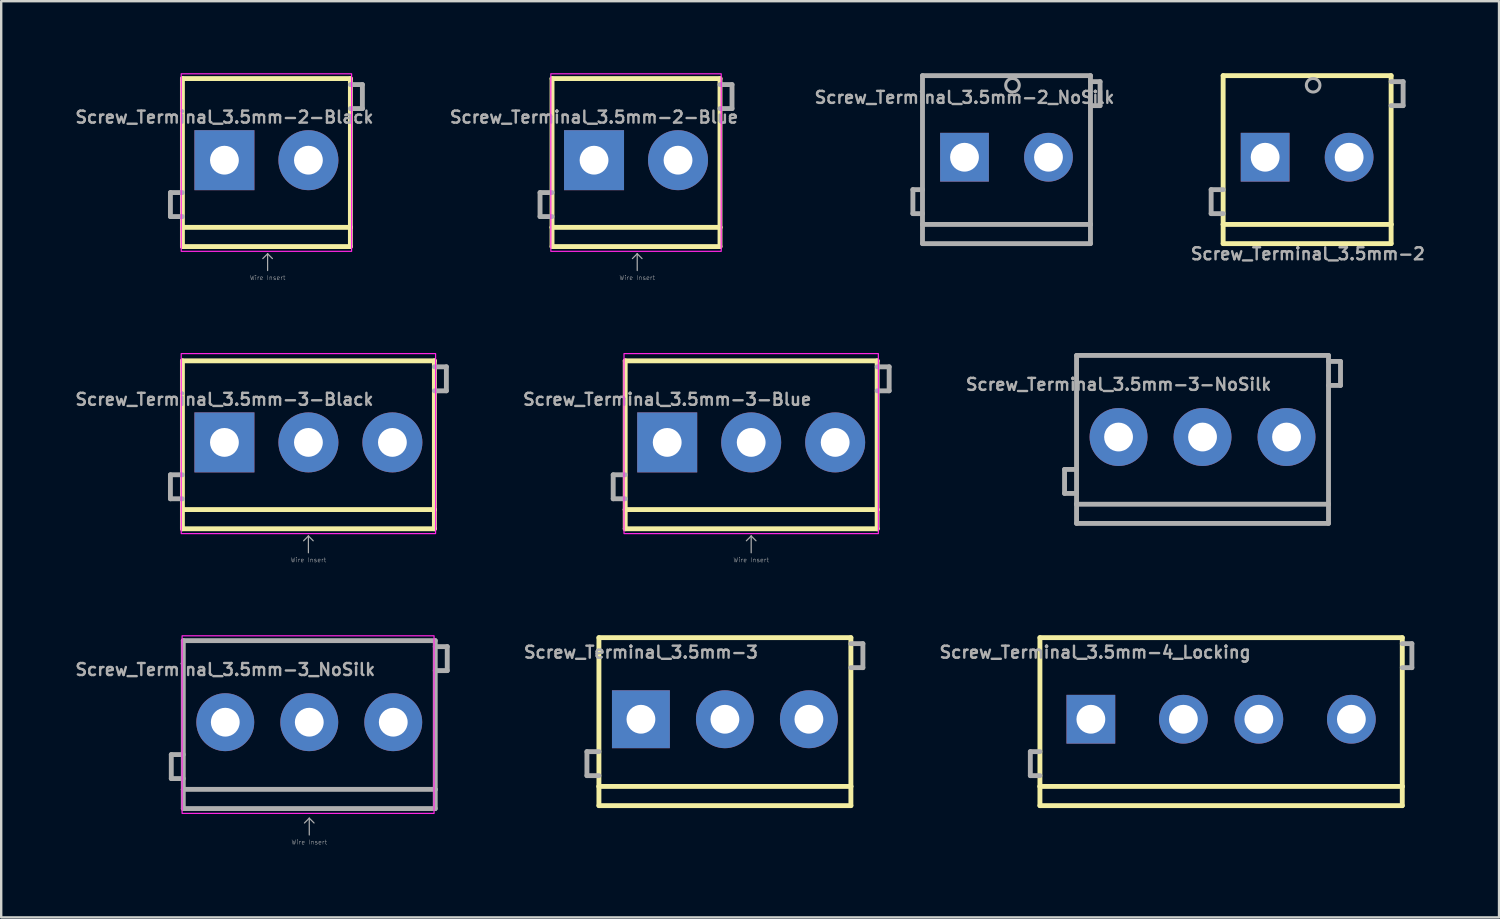
<source format=kicad_pcb>
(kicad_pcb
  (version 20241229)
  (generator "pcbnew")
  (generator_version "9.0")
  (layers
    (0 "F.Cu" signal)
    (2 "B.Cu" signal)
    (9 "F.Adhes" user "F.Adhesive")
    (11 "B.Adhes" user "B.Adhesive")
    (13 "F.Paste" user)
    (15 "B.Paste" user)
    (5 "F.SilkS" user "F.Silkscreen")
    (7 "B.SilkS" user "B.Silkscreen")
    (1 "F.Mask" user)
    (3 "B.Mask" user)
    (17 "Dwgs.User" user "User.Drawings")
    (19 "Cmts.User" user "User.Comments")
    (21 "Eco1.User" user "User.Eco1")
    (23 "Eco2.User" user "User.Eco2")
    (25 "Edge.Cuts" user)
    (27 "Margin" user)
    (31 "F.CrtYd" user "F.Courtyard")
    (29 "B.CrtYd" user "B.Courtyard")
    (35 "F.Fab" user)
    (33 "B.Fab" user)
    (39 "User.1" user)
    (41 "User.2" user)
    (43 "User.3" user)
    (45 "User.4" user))
  (footprint "Screw_Terminal_3.5mm-3-Black"
    (layer "F.Cu")
    (at 6.302 15.386)
    (property "Reference" "Screw_Terminal_3.5mm-3-Black" (at 0 -1.5 0) (layer "F.Fab") (effects (font (size 0.5 0.5) (thickness 0.1)) (justify bottom)))
    (attr through_hole)
    (fp_line (start -1.75 -3.4) (end 8.75 -3.4) (stroke (width 0.203) (type solid)) (layer "F.SilkS"))
    (fp_line (start -1.75 2.8) (end -1.75 -3.4) (stroke (width 0.203) (type solid)) (layer "F.SilkS"))
    (fp_line (start -1.75 3.6) (end -1.75 2.8) (stroke (width 0.203) (type solid)) (layer "F.SilkS"))
    (fp_line (start 8.75 -3.4) (end 8.75 2.8) (stroke (width 0.203) (type solid)) (layer "F.SilkS"))
    (fp_line (start 8.75 2.8) (end -1.75 2.8) (stroke (width 0.203) (type solid)) (layer "F.SilkS"))
    (fp_line (start 8.75 2.8) (end 8.75 3.6) (stroke (width 0.203) (type solid)) (layer "F.SilkS"))
    (fp_line (start 8.75 3.6) (end -1.75 3.6) (stroke (width 0.203) (type solid)) (layer "F.SilkS"))
    (fp_rect (start -1.8 -3.7) (end 8.8 3.8) (stroke (width 0.05) (type default)) (fill no) (layer "F.CrtYd"))
    (fp_line (start -2.25 1.35) (end -2.25 2.35) (stroke (width 0.203) (type solid)) (layer "F.Fab"))
    (fp_line (start -2.25 2.35) (end -1.75 2.35) (stroke (width 0.203) (type solid)) (layer "F.Fab"))
    (fp_line (start -1.75 1.35) (end -2.25 1.35) (stroke (width 0.203) (type solid)) (layer "F.Fab"))
    (fp_line (start 3.5 3.9) (end 3.3 4.1) (stroke (width 0.05) (type solid)) (layer "F.Fab"))
    (fp_line (start 3.5 3.9) (end 3.7 4.1) (stroke (width 0.05) (type solid)) (layer "F.Fab"))
    (fp_line (start 3.5 4.6) (end 3.5 3.9) (stroke (width 0.05) (type solid)) (layer "F.Fab"))
    (fp_line (start 8.75 -3.15) (end 9.25 -3.15) (stroke (width 0.203) (type solid)) (layer "F.Fab"))
    (fp_line (start 9.25 -3.15) (end 9.25 -2.15) (stroke (width 0.203) (type solid)) (layer "F.Fab"))
    (fp_line (start 9.25 -2.15) (end 8.75 -2.15) (stroke (width 0.203) (type solid)) (layer "F.Fab"))
    (fp_text user "Wire Insert" (at 3.5 4.9 180) (layer "F.Fab") (effects (font (size 0.184 0.184) (thickness 0.016))))
    (pad "1" thru_hole rect (at 0 0) (size 2.5 2.5) (drill 1.2) (layers "*.Cu" "*.Mask"))
    (pad "2" thru_hole circle (at 3.5 0) (size 2.5 2.5) (drill 1.2) (layers "*.Cu" "*.Mask"))
    (pad "3" thru_hole circle (at 7 0) (size 2.5 2.5) (drill 1.2) (layers "*.Cu" "*.Mask")))
  (footprint "Screw_Terminal_3.5mm-2-Blue"
    (layer "F.Cu")
    (at 21.705 3.625)
    (property "Reference" "Screw_Terminal_3.5mm-2-Blue" (at 0 -1.5 0) (layer "F.Fab") (effects (font (size 0.5 0.5) (thickness 0.1)) (justify bottom)))
    (attr through_hole)
    (fp_line (start -1.75 -3.4) (end 5.25 -3.4) (stroke (width 0.203) (type solid)) (layer "F.SilkS"))
    (fp_line (start -1.75 2.8) (end -1.75 -3.4) (stroke (width 0.203) (type solid)) (layer "F.SilkS"))
    (fp_line (start -1.75 3.6) (end -1.75 2.8) (stroke (width 0.203) (type solid)) (layer "F.SilkS"))
    (fp_line (start 5.25 -3.4) (end 5.25 2.8) (stroke (width 0.203) (type solid)) (layer "F.SilkS"))
    (fp_line (start 5.25 2.8) (end -1.75 2.8) (stroke (width 0.203) (type solid)) (layer "F.SilkS"))
    (fp_line (start 5.25 2.8) (end 5.25 3.6) (stroke (width 0.203) (type solid)) (layer "F.SilkS"))
    (fp_line (start 5.25 3.6) (end -1.75 3.6) (stroke (width 0.203) (type solid)) (layer "F.SilkS"))
    (fp_rect (start -1.8 -3.6) (end 5.3 3.8) (stroke (width 0.05) (type default)) (fill no) (layer "F.CrtYd"))
    (fp_line (start -2.25 1.35) (end -2.25 2.35) (stroke (width 0.203) (type solid)) (layer "F.Fab"))
    (fp_line (start -2.25 2.35) (end -1.75 2.35) (stroke (width 0.203) (type solid)) (layer "F.Fab"))
    (fp_line (start -1.75 1.35) (end -2.25 1.35) (stroke (width 0.203) (type solid)) (layer "F.Fab"))
    (fp_line (start 1.8 3.9) (end 1.6 4.1) (stroke (width 0.05) (type solid)) (layer "F.Fab"))
    (fp_line (start 1.8 3.9) (end 2 4.1) (stroke (width 0.05) (type solid)) (layer "F.Fab"))
    (fp_line (start 1.8 4.6) (end 1.8 3.9) (stroke (width 0.05) (type solid)) (layer "F.Fab"))
    (fp_line (start 5.25 -3.15) (end 5.75 -3.15) (stroke (width 0.203) (type solid)) (layer "F.Fab"))
    (fp_line (start 5.75 -3.15) (end 5.75 -2.15) (stroke (width 0.203) (type solid)) (layer "F.Fab"))
    (fp_line (start 5.75 -2.15) (end 5.25 -2.15) (stroke (width 0.203) (type solid)) (layer "F.Fab"))
    (fp_text user "Wire Insert" (at 1.8 4.9 180) (layer "F.Fab") (effects (font (size 0.184 0.184) (thickness 0.016))))
    (pad "1" thru_hole rect (at 0 0) (size 2.5 2.5) (drill 1.2) (layers "*.Cu" "*.Mask"))
    (pad "2" thru_hole circle (at 3.5 0) (size 2.5 2.5) (drill 1.2) (layers "*.Cu" "*.Mask")))
  (footprint "Screw_Terminal_3.5mm-2"
    (layer "F.Cu")
    (at 49.672 3.502)
    (property "Reference" "Screw_Terminal_3.5mm-2" (at 1.778 4.318 0) (layer "F.Fab") (effects (font (size 0.5 0.5) (thickness 0.1)) (justify bottom)))
    (fp_line (start -1.75 -3.4) (end 5.25 -3.4) (stroke (width 0.203) (type solid)) (layer "F.SilkS"))
    (fp_line (start -1.75 2.8) (end -1.75 -3.4) (stroke (width 0.203) (type solid)) (layer "F.SilkS"))
    (fp_line (start -1.75 3.6) (end -1.75 2.8) (stroke (width 0.203) (type solid)) (layer "F.SilkS"))
    (fp_line (start 5.25 -3.4) (end 5.25 2.8) (stroke (width 0.203) (type solid)) (layer "F.SilkS"))
    (fp_line (start 5.25 2.8) (end -1.75 2.8) (stroke (width 0.203) (type solid)) (layer "F.SilkS"))
    (fp_line (start 5.25 2.8) (end 5.25 3.6) (stroke (width 0.203) (type solid)) (layer "F.SilkS"))
    (fp_line (start 5.25 3.6) (end -1.75 3.6) (stroke (width 0.203) (type solid)) (layer "F.SilkS"))
    (fp_line (start -2.25 1.35) (end -2.25 2.35) (stroke (width 0.203) (type solid)) (layer "F.Fab"))
    (fp_line (start -2.25 2.35) (end -1.75 2.35) (stroke (width 0.203) (type solid)) (layer "F.Fab"))
    (fp_line (start -1.75 1.35) (end -2.25 1.35) (stroke (width 0.203) (type solid)) (layer "F.Fab"))
    (fp_line (start 5.25 -3.15) (end 5.75 -3.15) (stroke (width 0.203) (type solid)) (layer "F.Fab"))
    (fp_line (start 5.75 -3.15) (end 5.75 -2.15) (stroke (width 0.203) (type solid)) (layer "F.Fab"))
    (fp_line (start 5.75 -2.15) (end 5.25 -2.15) (stroke (width 0.203) (type solid)) (layer "F.Fab"))
    (fp_circle (center 2 -3) (end 2.283 -3) (stroke (width 0.127) (type solid)) (fill no) (layer "F.Fab"))
    (pad "1" thru_hole rect (at 0 0) (size 2.032 2.032) (drill 1.2) (layers "*.Cu" "*.Mask"))
    (pad "2" thru_hole circle (at 3.5 0) (size 2.032 2.032) (drill 1.2) (layers "*.Cu" "*.Mask")))
  (footprint "Screw_Terminal_3.5mm-4_Locking"
    (layer "F.Cu")
    (at 42.587 26.923)
    (property "Reference" "Screw_Terminal_3.5mm-4_Locking" (at 0 -2.5 0) (layer "F.Fab") (effects (font (size 0.5 0.5) (thickness 0.1)) (justify bottom)))
    (fp_line (start -2.3 -3.4) (end 12.8 -3.4) (stroke (width 0.203) (type solid)) (layer "F.SilkS"))
    (fp_line (start -2.3 2.8) (end -2.3 -3.4) (stroke (width 0.203) (type solid)) (layer "F.SilkS"))
    (fp_line (start -2.3 3.6) (end -2.3 2.8) (stroke (width 0.203) (type solid)) (layer "F.SilkS"))
    (fp_line (start 12.8 -3.4) (end 12.8 2.8) (stroke (width 0.203) (type solid)) (layer "F.SilkS"))
    (fp_line (start 12.8 2.8) (end -2.3 2.8) (stroke (width 0.203) (type solid)) (layer "F.SilkS"))
    (fp_line (start 12.8 2.8) (end 12.8 3.6) (stroke (width 0.203) (type solid)) (layer "F.SilkS"))
    (fp_line (start 12.8 3.6) (end -2.3 3.6) (stroke (width 0.203) (type solid)) (layer "F.SilkS"))
    (fp_line (start -2.7 1.35) (end -2.7 2.35) (stroke (width 0.203) (type solid)) (layer "F.Fab"))
    (fp_line (start -2.7 2.35) (end -2.3 2.35) (stroke (width 0.203) (type solid)) (layer "F.Fab"))
    (fp_line (start -2.3 1.35) (end -2.7 1.35) (stroke (width 0.203) (type solid)) (layer "F.Fab"))
    (fp_line (start 12.8 -3.15) (end 13.2 -3.15) (stroke (width 0.203) (type solid)) (layer "F.Fab"))
    (fp_line (start 13.2 -3.15) (end 13.2 -2.15) (stroke (width 0.203) (type solid)) (layer "F.Fab"))
    (fp_line (start 13.2 -2.15) (end 12.8 -2.15) (stroke (width 0.203) (type solid)) (layer "F.Fab"))
    (fp_circle (center 0 0) (end 0.425 0) (stroke (width 0.001) (type solid)) (fill no) (layer "F.Fab"))
    (fp_circle (center 3.5 0) (end 3.925 0) (stroke (width 0.001) (type solid)) (fill no) (layer "F.Fab"))
    (fp_circle (center 7 0) (end 7.425 0) (stroke (width 0.001) (type solid)) (fill no) (layer "F.Fab"))
    (fp_circle (center 10.5 0) (end 10.925 0) (stroke (width 0.001) (type solid)) (fill no) (layer "F.Fab"))
    (pad "1" thru_hole rect (at -0.178 0) (size 2.032 2.032) (drill 1.2) (layers "*.Cu" "*.Mask"))
    (pad "2" thru_hole circle (at 3.678 0) (size 2.032 2.032) (drill 1.2) (layers "*.Cu" "*.Mask"))
    (pad "3" thru_hole circle (at 6.822 0) (size 2.032 2.032) (drill 1.2) (layers "*.Cu" "*.Mask"))
    (pad "4" thru_hole circle (at 10.678 0) (size 2.032 2.032) (drill 1.2) (layers "*.Cu" "*.Mask")))
  (footprint "Screw_Terminal_3.5mm-2-Black"
    (layer "F.Cu")
    (at 6.302 3.625)
    (property "Reference" "Screw_Terminal_3.5mm-2-Black" (at 0 -1.5 0) (layer "F.Fab") (effects (font (size 0.5 0.5) (thickness 0.1)) (justify bottom)))
    (attr through_hole)
    (fp_line (start -1.75 -3.4) (end 5.25 -3.4) (stroke (width 0.203) (type solid)) (layer "F.SilkS"))
    (fp_line (start -1.75 2.8) (end -1.75 -3.4) (stroke (width 0.203) (type solid)) (layer "F.SilkS"))
    (fp_line (start -1.75 3.6) (end -1.75 2.8) (stroke (width 0.203) (type solid)) (layer "F.SilkS"))
    (fp_line (start 5.25 -3.4) (end 5.25 2.8) (stroke (width 0.203) (type solid)) (layer "F.SilkS"))
    (fp_line (start 5.25 2.8) (end -1.75 2.8) (stroke (width 0.203) (type solid)) (layer "F.SilkS"))
    (fp_line (start 5.25 2.8) (end 5.25 3.6) (stroke (width 0.203) (type solid)) (layer "F.SilkS"))
    (fp_line (start 5.25 3.6) (end -1.75 3.6) (stroke (width 0.203) (type solid)) (layer "F.SilkS"))
    (fp_rect (start -1.8 -3.6) (end 5.3 3.8) (stroke (width 0.05) (type default)) (fill no) (layer "F.CrtYd"))
    (fp_line (start -2.25 1.35) (end -2.25 2.35) (stroke (width 0.203) (type solid)) (layer "F.Fab"))
    (fp_line (start -2.25 2.35) (end -1.75 2.35) (stroke (width 0.203) (type solid)) (layer "F.Fab"))
    (fp_line (start -1.75 1.35) (end -2.25 1.35) (stroke (width 0.203) (type solid)) (layer "F.Fab"))
    (fp_line (start 1.8 3.9) (end 1.6 4.1) (stroke (width 0.05) (type solid)) (layer "F.Fab"))
    (fp_line (start 1.8 3.9) (end 2 4.1) (stroke (width 0.05) (type solid)) (layer "F.Fab"))
    (fp_line (start 1.8 4.6) (end 1.8 3.9) (stroke (width 0.05) (type solid)) (layer "F.Fab"))
    (fp_line (start 5.25 -3.15) (end 5.75 -3.15) (stroke (width 0.203) (type solid)) (layer "F.Fab"))
    (fp_line (start 5.75 -3.15) (end 5.75 -2.15) (stroke (width 0.203) (type solid)) (layer "F.Fab"))
    (fp_line (start 5.75 -2.15) (end 5.25 -2.15) (stroke (width 0.203) (type solid)) (layer "F.Fab"))
    (fp_text user "Wire Insert" (at 1.8 4.9 180) (layer "F.Fab") (effects (font (size 0.184 0.184) (thickness 0.016))))
    (pad "1" thru_hole rect (at 0 0) (size 2.5 2.5) (drill 1.2) (layers "*.Cu" "*.Mask"))
    (pad "2" thru_hole circle (at 3.5 0) (size 2.5 2.5) (drill 1.2) (layers "*.Cu" "*.Mask")))
  (footprint "Screw_Terminal_3.5mm-3-Blue"
    (layer "F.Cu")
    (at 24.754 15.386)
    (property "Reference" "Screw_Terminal_3.5mm-3-Blue" (at 0 -1.5 0) (layer "F.Fab") (effects (font (size 0.5 0.5) (thickness 0.1)) (justify bottom)))
    (attr through_hole)
    (fp_line (start -1.75 -3.4) (end 8.75 -3.4) (stroke (width 0.203) (type solid)) (layer "F.SilkS"))
    (fp_line (start -1.75 2.8) (end -1.75 -3.4) (stroke (width 0.203) (type solid)) (layer "F.SilkS"))
    (fp_line (start -1.75 3.6) (end -1.75 2.8) (stroke (width 0.203) (type solid)) (layer "F.SilkS"))
    (fp_line (start 8.75 -3.4) (end 8.75 2.8) (stroke (width 0.203) (type solid)) (layer "F.SilkS"))
    (fp_line (start 8.75 2.8) (end -1.75 2.8) (stroke (width 0.203) (type solid)) (layer "F.SilkS"))
    (fp_line (start 8.75 2.8) (end 8.75 3.6) (stroke (width 0.203) (type solid)) (layer "F.SilkS"))
    (fp_line (start 8.75 3.6) (end -1.75 3.6) (stroke (width 0.203) (type solid)) (layer "F.SilkS"))
    (fp_rect (start -1.8 -3.7) (end 8.8 3.8) (stroke (width 0.05) (type default)) (fill no) (layer "F.CrtYd"))
    (fp_line (start -2.25 1.35) (end -2.25 2.35) (stroke (width 0.203) (type solid)) (layer "F.Fab"))
    (fp_line (start -2.25 2.35) (end -1.75 2.35) (stroke (width 0.203) (type solid)) (layer "F.Fab"))
    (fp_line (start -1.75 1.35) (end -2.25 1.35) (stroke (width 0.203) (type solid)) (layer "F.Fab"))
    (fp_line (start 3.5 3.9) (end 3.3 4.1) (stroke (width 0.05) (type solid)) (layer "F.Fab"))
    (fp_line (start 3.5 3.9) (end 3.7 4.1) (stroke (width 0.05) (type solid)) (layer "F.Fab"))
    (fp_line (start 3.5 4.6) (end 3.5 3.9) (stroke (width 0.05) (type solid)) (layer "F.Fab"))
    (fp_line (start 8.75 -3.15) (end 9.25 -3.15) (stroke (width 0.203) (type solid)) (layer "F.Fab"))
    (fp_line (start 9.25 -3.15) (end 9.25 -2.15) (stroke (width 0.203) (type solid)) (layer "F.Fab"))
    (fp_line (start 9.25 -2.15) (end 8.75 -2.15) (stroke (width 0.203) (type solid)) (layer "F.Fab"))
    (fp_text user "Wire Insert" (at 3.5 4.9 180) (layer "F.Fab") (effects (font (size 0.184 0.184) (thickness 0.016))))
    (pad "1" thru_hole rect (at 0 0) (size 2.5 2.5) (drill 1.2) (layers "*.Cu" "*.Mask"))
    (pad "2" thru_hole circle (at 3.5 0) (size 2.5 2.5) (drill 1.2) (layers "*.Cu" "*.Mask"))
    (pad "3" thru_hole circle (at 7 0) (size 2.5 2.5) (drill 1.2) (layers "*.Cu" "*.Mask")))
  (footprint "Screw_Terminal_3.5mm-3-NoSilk"
    (layer "F.Cu")
    (at 43.563 15.162)
    (property "Reference" "Screw_Terminal_3.5mm-3-NoSilk" (at 0 -1.9 0) (layer "F.Fab") (effects (font (size 0.5 0.5) (thickness 0.1)) (justify bottom)))
    (fp_line (start -2.25 1.35) (end -2.25 2.35) (stroke (width 0.203) (type solid)) (layer "F.Fab"))
    (fp_line (start -2.25 2.35) (end -1.75 2.35) (stroke (width 0.203) (type solid)) (layer "F.Fab"))
    (fp_line (start -1.75 -3.4) (end 8.75 -3.4) (stroke (width 0.203) (type solid)) (layer "F.Fab"))
    (fp_line (start -1.75 1.35) (end -2.25 1.35) (stroke (width 0.203) (type solid)) (layer "F.Fab"))
    (fp_line (start -1.75 2.8) (end -1.75 -3.4) (stroke (width 0.203) (type solid)) (layer "F.Fab"))
    (fp_line (start -1.75 3.6) (end -1.75 2.8) (stroke (width 0.203) (type solid)) (layer "F.Fab"))
    (fp_line (start 8.75 -3.4) (end 8.75 2.8) (stroke (width 0.203) (type solid)) (layer "F.Fab"))
    (fp_line (start 8.75 -3.15) (end 9.25 -3.15) (stroke (width 0.203) (type solid)) (layer "F.Fab"))
    (fp_line (start 8.75 2.8) (end -1.75 2.8) (stroke (width 0.203) (type solid)) (layer "F.Fab"))
    (fp_line (start 8.75 2.8) (end 8.75 3.6) (stroke (width 0.203) (type solid)) (layer "F.Fab"))
    (fp_line (start 8.75 3.6) (end -1.75 3.6) (stroke (width 0.203) (type solid)) (layer "F.Fab"))
    (fp_line (start 9.25 -3.15) (end 9.25 -2.15) (stroke (width 0.203) (type solid)) (layer "F.Fab"))
    (fp_line (start 9.25 -2.15) (end 8.75 -2.15) (stroke (width 0.203) (type solid)) (layer "F.Fab"))
    (pad "1" thru_hole circle (at 0 0) (size 2.413 2.413) (drill 1.2) (layers "*.Cu" "*.Mask"))
    (pad "2" thru_hole circle (at 3.5 0) (size 2.413 2.413) (drill 1.2) (layers "*.Cu" "*.Mask"))
    (pad "3" thru_hole circle (at 7 0) (size 2.413 2.413) (drill 1.2) (layers "*.Cu" "*.Mask")))
  (footprint "Screw_Terminal_3.5mm-3_NoSilk"
    (layer "F.Cu")
    (at 6.338 27.046)
    (property "Reference" "Screw_Terminal_3.5mm-3_NoSilk" (at 0 -1.9 0) (layer "F.Fab") (effects (font (size 0.5 0.5) (thickness 0.1)) (justify bottom)))
    (attr through_hole)
    (fp_rect (start -1.8 -3.6) (end 8.7 3.8) (stroke (width 0.05) (type default)) (fill no) (layer "F.CrtYd"))
    (fp_line (start -2.25 1.35) (end -2.25 2.35) (stroke (width 0.203) (type solid)) (layer "F.Fab"))
    (fp_line (start -2.25 2.35) (end -1.75 2.35) (stroke (width 0.203) (type solid)) (layer "F.Fab"))
    (fp_line (start -1.75 -3.4) (end 8.75 -3.4) (stroke (width 0.203) (type solid)) (layer "F.Fab"))
    (fp_line (start -1.75 1.35) (end -2.25 1.35) (stroke (width 0.203) (type solid)) (layer "F.Fab"))
    (fp_line (start -1.75 2.8) (end -1.75 -3.4) (stroke (width 0.203) (type solid)) (layer "F.Fab"))
    (fp_line (start -1.75 3.6) (end -1.75 2.8) (stroke (width 0.203) (type solid)) (layer "F.Fab"))
    (fp_line (start 3.5 4) (end 3.3 4.2) (stroke (width 0.05) (type solid)) (layer "F.Fab"))
    (fp_line (start 3.5 4) (end 3.7 4.2) (stroke (width 0.05) (type solid)) (layer "F.Fab"))
    (fp_line (start 3.5 4.7) (end 3.5 4) (stroke (width 0.05) (type solid)) (layer "F.Fab"))
    (fp_line (start 8.75 -3.4) (end 8.75 2.8) (stroke (width 0.203) (type solid)) (layer "F.Fab"))
    (fp_line (start 8.75 -3.15) (end 9.25 -3.15) (stroke (width 0.203) (type solid)) (layer "F.Fab"))
    (fp_line (start 8.75 2.8) (end -1.75 2.8) (stroke (width 0.203) (type solid)) (layer "F.Fab"))
    (fp_line (start 8.75 2.8) (end 8.75 3.6) (stroke (width 0.203) (type solid)) (layer "F.Fab"))
    (fp_line (start 8.75 3.6) (end -1.75 3.6) (stroke (width 0.203) (type solid)) (layer "F.Fab"))
    (fp_line (start 9.25 -3.15) (end 9.25 -2.15) (stroke (width 0.203) (type solid)) (layer "F.Fab"))
    (fp_line (start 9.25 -2.15) (end 8.75 -2.15) (stroke (width 0.203) (type solid)) (layer "F.Fab"))
    (fp_text user "Wire Insert" (at 3.5 5 180) (layer "F.Fab") (effects (font (size 0.184 0.184) (thickness 0.016))))
    (pad "1" thru_hole circle (at 0 0) (size 2.413 2.413) (drill 1.2) (layers "*.Cu" "*.Mask"))
    (pad "2" thru_hole circle (at 3.5 0) (size 2.413 2.413) (drill 1.2) (layers "*.Cu" "*.Mask"))
    (pad "3" thru_hole circle (at 7 0) (size 2.413 2.413) (drill 1.2) (layers "*.Cu" "*.Mask")))
  (footprint "Screw_Terminal_3.5mm-3"
    (layer "F.Cu")
    (at 23.659 26.923)
    (property "Reference" "Screw_Terminal_3.5mm-3" (at 0 -2.5 0) (layer "F.Fab") (effects (font (size 0.5 0.5) (thickness 0.1)) (justify bottom)))
    (fp_line (start -1.75 -3.4) (end 8.75 -3.4) (stroke (width 0.203) (type solid)) (layer "F.SilkS"))
    (fp_line (start -1.75 2.8) (end -1.75 -3.4) (stroke (width 0.203) (type solid)) (layer "F.SilkS"))
    (fp_line (start -1.75 3.6) (end -1.75 2.8) (stroke (width 0.203) (type solid)) (layer "F.SilkS"))
    (fp_line (start 8.75 -3.4) (end 8.75 2.8) (stroke (width 0.203) (type solid)) (layer "F.SilkS"))
    (fp_line (start 8.75 2.8) (end -1.75 2.8) (stroke (width 0.203) (type solid)) (layer "F.SilkS"))
    (fp_line (start 8.75 2.8) (end 8.75 3.6) (stroke (width 0.203) (type solid)) (layer "F.SilkS"))
    (fp_line (start 8.75 3.6) (end -1.75 3.6) (stroke (width 0.203) (type solid)) (layer "F.SilkS"))
    (fp_line (start -2.25 1.35) (end -2.25 2.35) (stroke (width 0.203) (type solid)) (layer "F.Fab"))
    (fp_line (start -2.25 2.35) (end -1.75 2.35) (stroke (width 0.203) (type solid)) (layer "F.Fab"))
    (fp_line (start -1.75 1.35) (end -2.25 1.35) (stroke (width 0.203) (type solid)) (layer "F.Fab"))
    (fp_line (start 8.75 -3.15) (end 9.25 -3.15) (stroke (width 0.203) (type solid)) (layer "F.Fab"))
    (fp_line (start 9.25 -3.15) (end 9.25 -2.15) (stroke (width 0.203) (type solid)) (layer "F.Fab"))
    (fp_line (start 9.25 -2.15) (end 8.75 -2.15) (stroke (width 0.203) (type solid)) (layer "F.Fab"))
    (pad "1" thru_hole rect (at 0 0) (size 2.413 2.413) (drill 1.2) (layers "*.Cu" "*.Mask"))
    (pad "2" thru_hole circle (at 3.5 0) (size 2.413 2.413) (drill 1.2) (layers "*.Cu" "*.Mask"))
    (pad "3" thru_hole circle (at 7 0) (size 2.413 2.413) (drill 1.2) (layers "*.Cu" "*.Mask")))
  (footprint "Screw_Terminal_3.5mm-2_NoSilk"
    (layer "F.Cu")
    (at 37.143 3.502)
    (property "Reference" "Screw_Terminal_3.5mm-2_NoSilk" (at 0 -2.2 0) (layer "F.Fab") (effects (font (size 0.5 0.5) (thickness 0.1)) (justify bottom)))
    (fp_line (start -2.15 1.35) (end -2.15 2.35) (stroke (width 0.203) (type solid)) (layer "F.Fab"))
    (fp_line (start -2.15 2.35) (end -1.75 2.35) (stroke (width 0.203) (type solid)) (layer "F.Fab"))
    (fp_line (start -1.75 -3.4) (end 5.25 -3.4) (stroke (width 0.203) (type solid)) (layer "F.Fab"))
    (fp_line (start -1.75 1.35) (end -2.15 1.35) (stroke (width 0.203) (type solid)) (layer "F.Fab"))
    (fp_line (start -1.75 2.8) (end -1.75 -3.4) (stroke (width 0.203) (type solid)) (layer "F.Fab"))
    (fp_line (start -1.75 3.6) (end -1.75 2.8) (stroke (width 0.203) (type solid)) (layer "F.Fab"))
    (fp_line (start 5.25 -3.4) (end 5.25 2.8) (stroke (width 0.203) (type solid)) (layer "F.Fab"))
    (fp_line (start 5.25 -3.15) (end 5.65 -3.15) (stroke (width 0.203) (type solid)) (layer "F.Fab"))
    (fp_line (start 5.25 2.8) (end -1.75 2.8) (stroke (width 0.203) (type solid)) (layer "F.Fab"))
    (fp_line (start 5.25 2.8) (end 5.25 3.6) (stroke (width 0.203) (type solid)) (layer "F.Fab"))
    (fp_line (start 5.25 3.6) (end -1.75 3.6) (stroke (width 0.203) (type solid)) (layer "F.Fab"))
    (fp_line (start 5.65 -3.15) (end 5.65 -2.15) (stroke (width 0.203) (type solid)) (layer "F.Fab"))
    (fp_line (start 5.65 -2.15) (end 5.25 -2.15) (stroke (width 0.203) (type solid)) (layer "F.Fab"))
    (fp_circle (center 2 -3) (end 2.283 -3) (stroke (width 0.127) (type solid)) (fill no) (layer "F.Fab"))
    (pad "1" thru_hole rect (at 0 0) (size 2.032 2.032) (drill 1.2) (layers "*.Cu" "*.Mask"))
    (pad "2" thru_hole circle (at 3.5 0) (size 2.032 2.032) (drill 1.2) (layers "*.Cu" "*.Mask")))
  (gr_rect
    (start -3 -3)
    (end 59.419 35.182)
    (stroke (width 0.1) (type default))
    (fill no)
    (layer "Edge.Cuts")))
</source>
